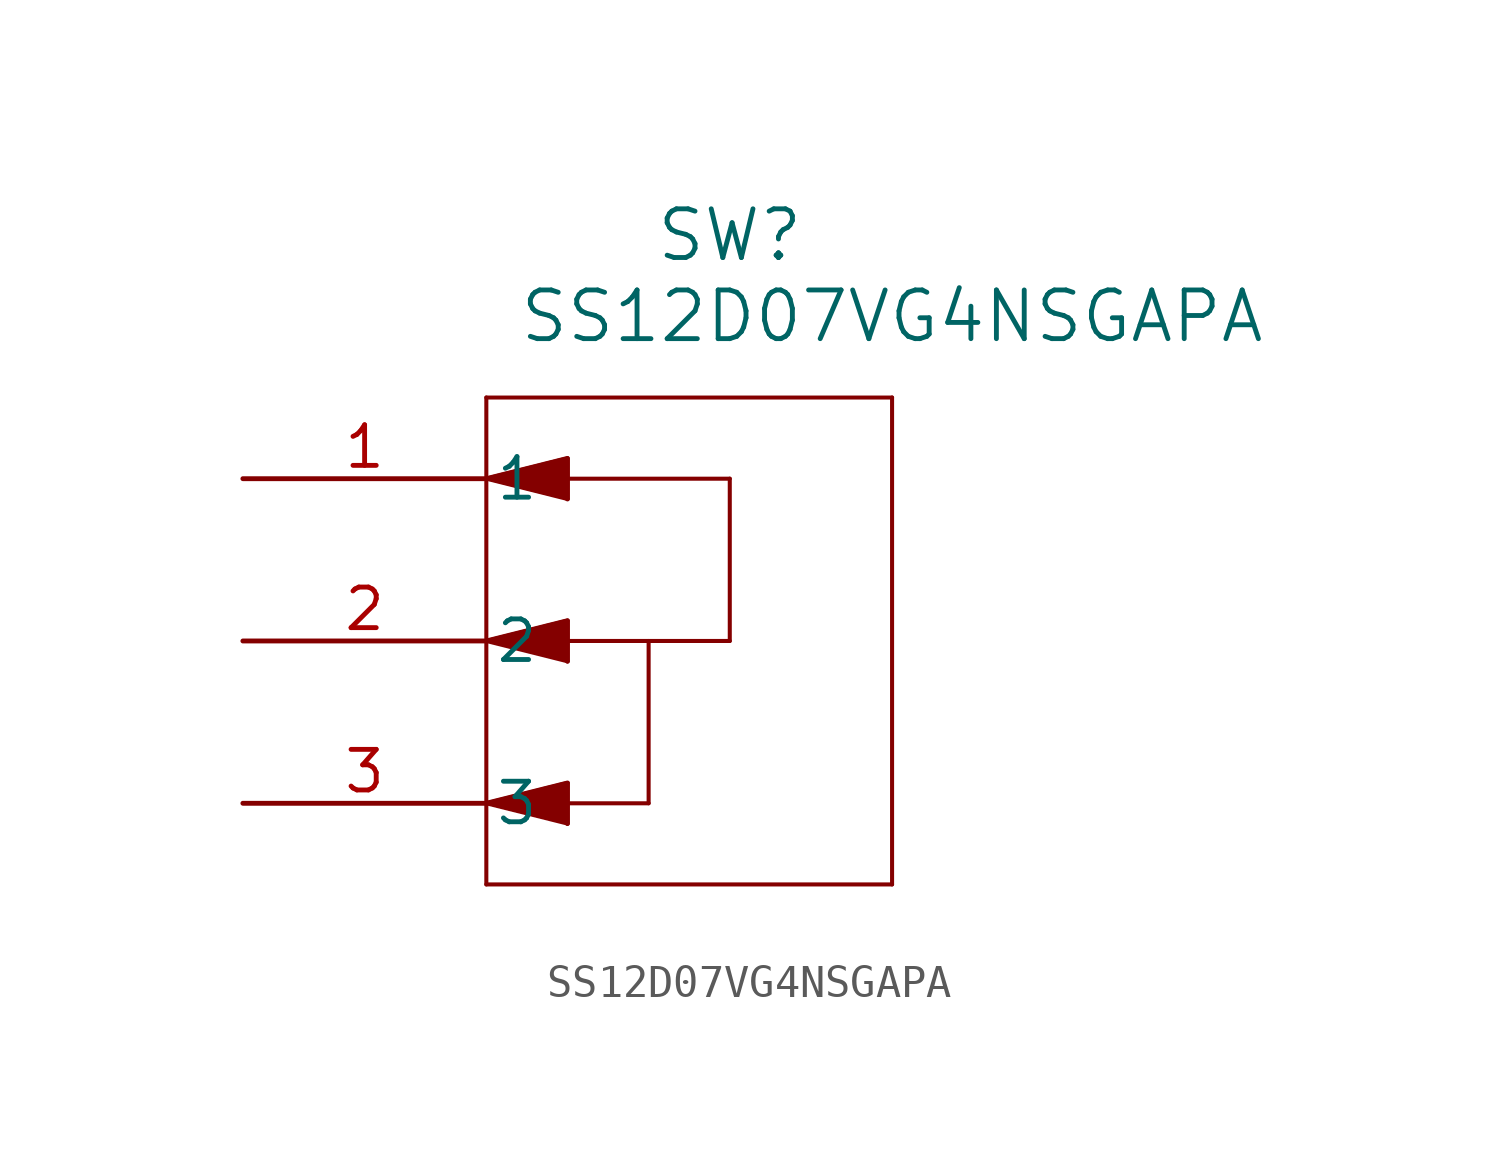
<source format=kicad_sym>
(kicad_symbol_lib
  (version 20211014)
  (generator kicad_symbol_editor)
  (symbol "SS12D07VG4NSGAPA"
    (pin_names
      (offset 0.254))
    (property "Reference" "SW"
      (at 15.24 7.62 0)
      (effects (font (size 1.524 1.524))))
    (property "Value" "SS12D07VG4NSGAPA"
      (at 20.32 5.08 0)
      (effects (font (size 1.524 1.524))))
    (symbol "SS12D07VG4NSGAPA_0_1"
      (polyline (pts (xy 7.62 2.54) (xy 7.62 -12.7)) (stroke (width 0.127) (type default) (color 0 0 0 0)) (fill (type none)))
      (polyline (pts (xy 7.62 -12.7) (xy 20.32 -12.7)) (stroke (width 0.127) (type default) (color 0 0 0 0)) (fill (type none)))
      (polyline (pts (xy 20.32 -12.7) (xy 20.32 2.54)) (stroke (width 0.127) (type default) (color 0 0 0 0)) (fill (type none)))
      (polyline (pts (xy 20.32 2.54) (xy 7.62 2.54)) (stroke (width 0.127) (type default) (color 0 0 0 0)) (fill (type none)))
      (polyline (pts (xy 7.62 0) (xy 15.24 0)) (stroke (width 0.127) (type default) (color 0 0 0 0)) (fill (type none)))
      (polyline (pts (xy 7.62 -5.08) (xy 15.24 -5.08)) (stroke (width 0.127) (type default) (color 0 0 0 0)) (fill (type none)))
      (polyline (pts (xy 15.24 0) (xy 15.24 -5.08)) (stroke (width 0.127) (type default) (color 0 0 0 0)) (fill (type none)))
      (polyline (pts (xy 12.7 -5.08) (xy 12.7 -10.16)) (stroke (width 0.127) (type default) (color 0 0 0 0)) (fill (type none)))
      (polyline (pts (xy 12.7 -10.16) (xy 7.62 -10.16)) (stroke (width 0.127) (type default) (color 0 0 0 0)) (fill (type none)))
      (polyline (pts (xy 7.62 0) (xy 10.16 0.635)) (stroke (width 0.127) (type default) (color 0 0 0 0)) (fill (type none)))
      (polyline (pts (xy 10.16 0.635) (xy 10.16 -0.635)) (stroke (width 0.127) (type default) (color 0 0 0 0)) (fill (type none)))
      (polyline (pts (xy 10.16 -0.635) (xy 7.62 0)) (stroke (width 0.127) (type default) (color 0 0 0 0)) (fill (type none)))
      (polyline (pts (xy 7.62 0) (xy 10.16 0.635) (xy 10.16 -0.635)) (stroke (width 0) (type default) (color 0 0 0 0)) (fill (type outline)))
      (polyline (pts (xy 7.62 -5.08) (xy 10.16 -4.445)) (stroke (width 0.127) (type default) (color 0 0 0 0)) (fill (type none)))
      (polyline (pts (xy 10.16 -4.445) (xy 10.16 -5.715)) (stroke (width 0.127) (type default) (color 0 0 0 0)) (fill (type none)))
      (polyline (pts (xy 10.16 -5.715) (xy 7.62 -5.08)) (stroke (width 0.127) (type default) (color 0 0 0 0)) (fill (type none)))
      (polyline (pts (xy 7.62 -5.08) (xy 10.16 -4.445) (xy 10.16 -5.715)) (stroke (width 0) (type default) (color 0 0 0 0)) (fill (type outline)))
      (polyline (pts (xy 7.62 -10.16) (xy 10.16 -9.525)) (stroke (width 0.127) (type default) (color 0 0 0 0)) (fill (type none)))
      (polyline (pts (xy 10.16 -9.525) (xy 10.16 -10.795)) (stroke (width 0.127) (type default) (color 0 0 0 0)) (fill (type none)))
      (polyline (pts (xy 10.16 -10.795) (xy 7.62 -10.16)) (stroke (width 0.127) (type default) (color 0 0 0 0)) (fill (type none)))
      (polyline (pts (xy 7.62 -10.16) (xy 10.16 -9.525) (xy 10.16 -10.795)) (stroke (width 0) (type default) (color 0 0 0 0)) (fill (type outline)))
      (pin unspecified line (at 0 0 0) (length 7.62) (name "1" (effects (font (size 1.27 1.27)))) (number "1" (effects (font (size 1.27 1.27)))))
      (pin unspecified line (at 0 -5.08 0) (length 7.62) (name "2" (effects (font (size 1.27 1.27)))) (number "2" (effects (font (size 1.27 1.27)))))
      (pin unspecified line (at 0 -10.16 0) (length 7.62) (name "3" (effects (font (size 1.27 1.27)))) (number "3" (effects (font (size 1.27 1.27))))))))
</source>
